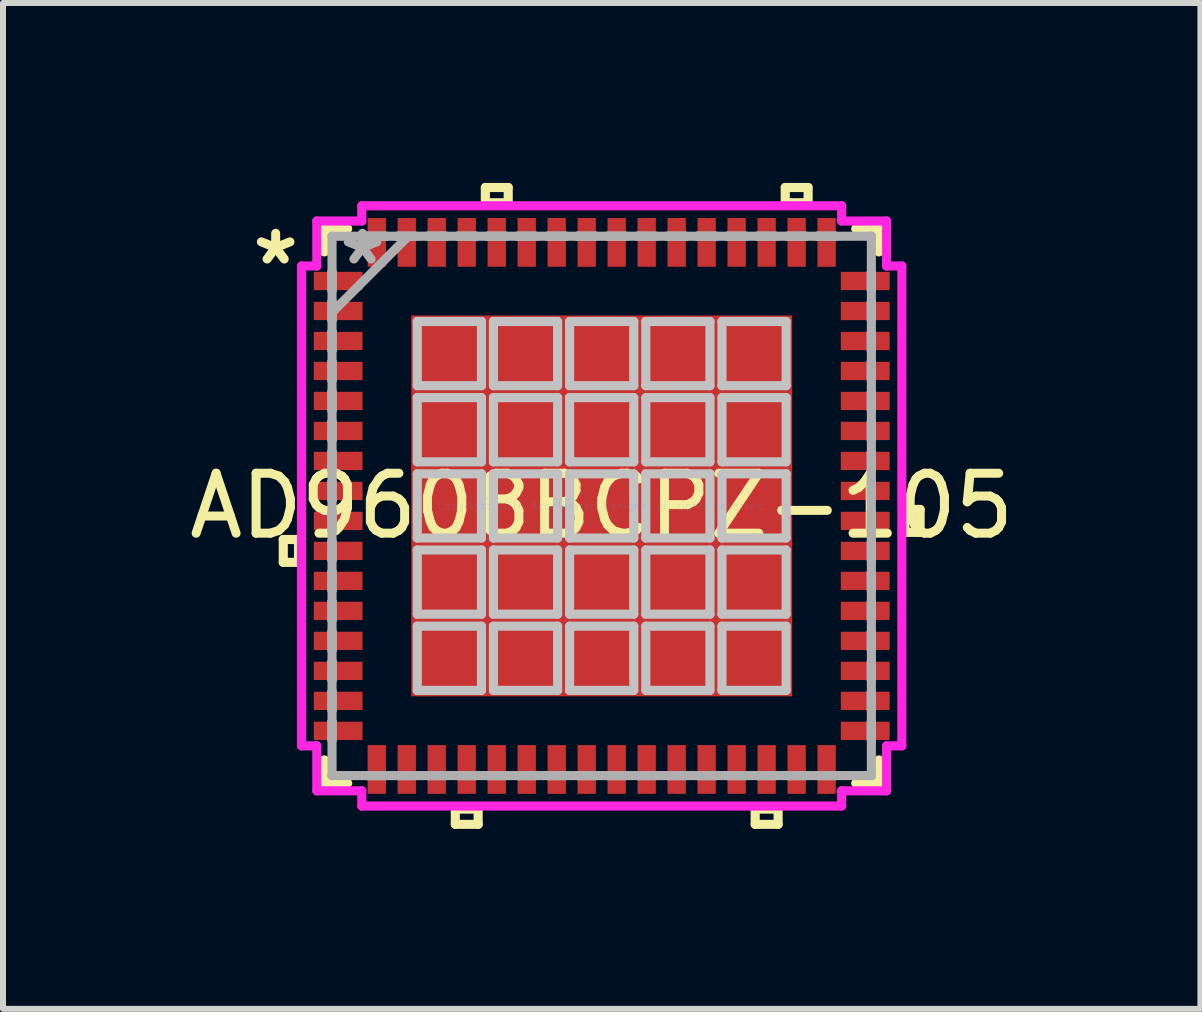
<source format=kicad_pcb>
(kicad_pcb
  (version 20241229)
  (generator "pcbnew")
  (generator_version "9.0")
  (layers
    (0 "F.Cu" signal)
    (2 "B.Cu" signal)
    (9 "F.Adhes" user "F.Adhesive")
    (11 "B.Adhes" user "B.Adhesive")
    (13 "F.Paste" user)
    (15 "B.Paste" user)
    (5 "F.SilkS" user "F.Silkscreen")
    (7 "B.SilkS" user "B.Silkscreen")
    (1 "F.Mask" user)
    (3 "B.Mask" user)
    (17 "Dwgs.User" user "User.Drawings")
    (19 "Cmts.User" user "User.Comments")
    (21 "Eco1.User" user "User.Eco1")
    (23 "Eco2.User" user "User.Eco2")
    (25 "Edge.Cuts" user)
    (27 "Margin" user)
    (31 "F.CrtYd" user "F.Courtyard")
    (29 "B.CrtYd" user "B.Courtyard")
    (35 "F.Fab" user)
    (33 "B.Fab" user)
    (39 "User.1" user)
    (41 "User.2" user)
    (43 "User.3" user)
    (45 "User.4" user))
  (footprint "AD9608BCPZ-105"
    (layer "F.Cu")
    (at 6.982 5.385)
    (property "Reference" "AD9608BCPZ-105" (at 0 0 0) (layer "F.SilkS") (effects (font (size 1 1) (thickness 0.15))))
    (attr through_hole)
    (fp_line (start -5.309 0.56) (end -5.309 0.941) (stroke (width 0.152) (type solid)) (layer "F.SilkS"))
    (fp_line (start -5.309 0.941) (end -5.055 0.941) (stroke (width 0.152) (type solid)) (layer "F.SilkS"))
    (fp_line (start -5.055 0.56) (end -5.309 0.56) (stroke (width 0.152) (type solid)) (layer "F.SilkS"))
    (fp_line (start -5.055 0.941) (end -5.055 0.56) (stroke (width 0.152) (type solid)) (layer "F.SilkS"))
    (fp_line (start -4.623 -4.623) (end -4.623 -4.235) (stroke (width 0.152) (type solid)) (layer "F.SilkS"))
    (fp_line (start -4.623 4.235) (end -4.623 4.623) (stroke (width 0.152) (type solid)) (layer "F.SilkS"))
    (fp_line (start -4.623 4.623) (end -4.235 4.623) (stroke (width 0.152) (type solid)) (layer "F.SilkS"))
    (fp_line (start -4.235 -4.623) (end -4.623 -4.623) (stroke (width 0.152) (type solid)) (layer "F.SilkS"))
    (fp_line (start -2.441 5.055) (end -2.441 5.309) (stroke (width 0.152) (type solid)) (layer "F.SilkS"))
    (fp_line (start -2.441 5.309) (end -2.06 5.309) (stroke (width 0.152) (type solid)) (layer "F.SilkS"))
    (fp_line (start -2.06 5.055) (end -2.441 5.055) (stroke (width 0.152) (type solid)) (layer "F.SilkS"))
    (fp_line (start -2.06 5.309) (end -2.06 5.055) (stroke (width 0.152) (type solid)) (layer "F.SilkS"))
    (fp_line (start -1.94 -5.309) (end -1.559 -5.309) (stroke (width 0.152) (type solid)) (layer "F.SilkS"))
    (fp_line (start -1.94 -5.055) (end -1.94 -5.309) (stroke (width 0.152) (type solid)) (layer "F.SilkS"))
    (fp_line (start -1.559 -5.309) (end -1.559 -5.055) (stroke (width 0.152) (type solid)) (layer "F.SilkS"))
    (fp_line (start -1.559 -5.055) (end -1.94 -5.055) (stroke (width 0.152) (type solid)) (layer "F.SilkS"))
    (fp_line (start 2.559 5.055) (end 2.559 5.309) (stroke (width 0.152) (type solid)) (layer "F.SilkS"))
    (fp_line (start 2.559 5.309) (end 2.941 5.309) (stroke (width 0.152) (type solid)) (layer "F.SilkS"))
    (fp_line (start 2.941 5.055) (end 2.559 5.055) (stroke (width 0.152) (type solid)) (layer "F.SilkS"))
    (fp_line (start 2.941 5.309) (end 2.941 5.055) (stroke (width 0.152) (type solid)) (layer "F.SilkS"))
    (fp_line (start 3.06 -5.309) (end 3.441 -5.309) (stroke (width 0.152) (type solid)) (layer "F.SilkS"))
    (fp_line (start 3.06 -5.055) (end 3.06 -5.309) (stroke (width 0.152) (type solid)) (layer "F.SilkS"))
    (fp_line (start 3.441 -5.309) (end 3.441 -5.055) (stroke (width 0.152) (type solid)) (layer "F.SilkS"))
    (fp_line (start 3.441 -5.055) (end 3.06 -5.055) (stroke (width 0.152) (type solid)) (layer "F.SilkS"))
    (fp_line (start 4.235 4.623) (end 4.623 4.623) (stroke (width 0.152) (type solid)) (layer "F.SilkS"))
    (fp_line (start 4.623 -4.623) (end 4.235 -4.623) (stroke (width 0.152) (type solid)) (layer "F.SilkS"))
    (fp_line (start 4.623 -4.235) (end 4.623 -4.623) (stroke (width 0.152) (type solid)) (layer "F.SilkS"))
    (fp_line (start 4.623 4.623) (end 4.623 4.235) (stroke (width 0.152) (type solid)) (layer "F.SilkS"))
    (fp_line (start 5.055 0.059) (end 5.309 0.059) (stroke (width 0.152) (type solid)) (layer "F.SilkS"))
    (fp_line (start 5.055 0.441) (end 5.055 0.059) (stroke (width 0.152) (type solid)) (layer "F.SilkS"))
    (fp_line (start 5.309 0.059) (end 5.309 0.441) (stroke (width 0.152) (type solid)) (layer "F.SilkS"))
    (fp_line (start 5.309 0.441) (end 5.055 0.441) (stroke (width 0.152) (type solid)) (layer "F.SilkS"))
    (fp_line (start -3.075 -3.075) (end -3.075 -2.005) (stroke (width 0.152) (type solid)) (layer "Dwgs.User"))
    (fp_line (start -3.075 -2.005) (end -2.005 -2.005) (stroke (width 0.152) (type solid)) (layer "Dwgs.User"))
    (fp_line (start -3.075 -1.805) (end -3.075 -0.735) (stroke (width 0.152) (type solid)) (layer "Dwgs.User"))
    (fp_line (start -3.075 -0.735) (end -2.005 -0.735) (stroke (width 0.152) (type solid)) (layer "Dwgs.User"))
    (fp_line (start -3.075 -0.535) (end -3.075 0.535) (stroke (width 0.152) (type solid)) (layer "Dwgs.User"))
    (fp_line (start -3.075 0.535) (end -2.005 0.535) (stroke (width 0.152) (type solid)) (layer "Dwgs.User"))
    (fp_line (start -3.075 0.735) (end -3.075 1.805) (stroke (width 0.152) (type solid)) (layer "Dwgs.User"))
    (fp_line (start -3.075 1.805) (end -2.005 1.805) (stroke (width 0.152) (type solid)) (layer "Dwgs.User"))
    (fp_line (start -3.075 2.005) (end -3.075 3.075) (stroke (width 0.152) (type solid)) (layer "Dwgs.User"))
    (fp_line (start -3.075 3.075) (end -2.005 3.075) (stroke (width 0.152) (type solid)) (layer "Dwgs.User"))
    (fp_line (start -2.005 -3.075) (end -3.075 -3.075) (stroke (width 0.152) (type solid)) (layer "Dwgs.User"))
    (fp_line (start -2.005 -2.005) (end -2.005 -3.075) (stroke (width 0.152) (type solid)) (layer "Dwgs.User"))
    (fp_line (start -2.005 -1.805) (end -3.075 -1.805) (stroke (width 0.152) (type solid)) (layer "Dwgs.User"))
    (fp_line (start -2.005 -0.735) (end -2.005 -1.805) (stroke (width 0.152) (type solid)) (layer "Dwgs.User"))
    (fp_line (start -2.005 -0.535) (end -3.075 -0.535) (stroke (width 0.152) (type solid)) (layer "Dwgs.User"))
    (fp_line (start -2.005 0.535) (end -2.005 -0.535) (stroke (width 0.152) (type solid)) (layer "Dwgs.User"))
    (fp_line (start -2.005 0.735) (end -3.075 0.735) (stroke (width 0.152) (type solid)) (layer "Dwgs.User"))
    (fp_line (start -2.005 1.805) (end -2.005 0.735) (stroke (width 0.152) (type solid)) (layer "Dwgs.User"))
    (fp_line (start -2.005 2.005) (end -3.075 2.005) (stroke (width 0.152) (type solid)) (layer "Dwgs.User"))
    (fp_line (start -2.005 3.075) (end -2.005 2.005) (stroke (width 0.152) (type solid)) (layer "Dwgs.User"))
    (fp_line (start -1.805 -3.075) (end -1.805 -2.005) (stroke (width 0.152) (type solid)) (layer "Dwgs.User"))
    (fp_line (start -1.805 -2.005) (end -0.735 -2.005) (stroke (width 0.152) (type solid)) (layer "Dwgs.User"))
    (fp_line (start -1.805 -1.805) (end -1.805 -0.735) (stroke (width 0.152) (type solid)) (layer "Dwgs.User"))
    (fp_line (start -1.805 -0.735) (end -0.735 -0.735) (stroke (width 0.152) (type solid)) (layer "Dwgs.User"))
    (fp_line (start -1.805 -0.535) (end -1.805 0.535) (stroke (width 0.152) (type solid)) (layer "Dwgs.User"))
    (fp_line (start -1.805 0.535) (end -0.735 0.535) (stroke (width 0.152) (type solid)) (layer "Dwgs.User"))
    (fp_line (start -1.805 0.735) (end -1.805 1.805) (stroke (width 0.152) (type solid)) (layer "Dwgs.User"))
    (fp_line (start -1.805 1.805) (end -0.735 1.805) (stroke (width 0.152) (type solid)) (layer "Dwgs.User"))
    (fp_line (start -1.805 2.005) (end -1.805 3.075) (stroke (width 0.152) (type solid)) (layer "Dwgs.User"))
    (fp_line (start -1.805 3.075) (end -0.735 3.075) (stroke (width 0.152) (type solid)) (layer "Dwgs.User"))
    (fp_line (start -0.735 -3.075) (end -1.805 -3.075) (stroke (width 0.152) (type solid)) (layer "Dwgs.User"))
    (fp_line (start -0.735 -2.005) (end -0.735 -3.075) (stroke (width 0.152) (type solid)) (layer "Dwgs.User"))
    (fp_line (start -0.735 -1.805) (end -1.805 -1.805) (stroke (width 0.152) (type solid)) (layer "Dwgs.User"))
    (fp_line (start -0.735 -0.735) (end -0.735 -1.805) (stroke (width 0.152) (type solid)) (layer "Dwgs.User"))
    (fp_line (start -0.735 -0.535) (end -1.805 -0.535) (stroke (width 0.152) (type solid)) (layer "Dwgs.User"))
    (fp_line (start -0.735 0.535) (end -0.735 -0.535) (stroke (width 0.152) (type solid)) (layer "Dwgs.User"))
    (fp_line (start -0.735 0.735) (end -1.805 0.735) (stroke (width 0.152) (type solid)) (layer "Dwgs.User"))
    (fp_line (start -0.735 1.805) (end -0.735 0.735) (stroke (width 0.152) (type solid)) (layer "Dwgs.User"))
    (fp_line (start -0.735 2.005) (end -1.805 2.005) (stroke (width 0.152) (type solid)) (layer "Dwgs.User"))
    (fp_line (start -0.735 3.075) (end -0.735 2.005) (stroke (width 0.152) (type solid)) (layer "Dwgs.User"))
    (fp_line (start -0.535 -3.075) (end -0.535 -2.005) (stroke (width 0.152) (type solid)) (layer "Dwgs.User"))
    (fp_line (start -0.535 -2.005) (end 0.535 -2.005) (stroke (width 0.152) (type solid)) (layer "Dwgs.User"))
    (fp_line (start -0.535 -1.805) (end -0.535 -0.735) (stroke (width 0.152) (type solid)) (layer "Dwgs.User"))
    (fp_line (start -0.535 -0.735) (end 0.535 -0.735) (stroke (width 0.152) (type solid)) (layer "Dwgs.User"))
    (fp_line (start -0.535 -0.535) (end -0.535 0.535) (stroke (width 0.152) (type solid)) (layer "Dwgs.User"))
    (fp_line (start -0.535 0.535) (end 0.535 0.535) (stroke (width 0.152) (type solid)) (layer "Dwgs.User"))
    (fp_line (start -0.535 0.735) (end -0.535 1.805) (stroke (width 0.152) (type solid)) (layer "Dwgs.User"))
    (fp_line (start -0.535 1.805) (end 0.535 1.805) (stroke (width 0.152) (type solid)) (layer "Dwgs.User"))
    (fp_line (start -0.535 2.005) (end -0.535 3.075) (stroke (width 0.152) (type solid)) (layer "Dwgs.User"))
    (fp_line (start -0.535 3.075) (end 0.535 3.075) (stroke (width 0.152) (type solid)) (layer "Dwgs.User"))
    (fp_line (start 0.535 -3.075) (end -0.535 -3.075) (stroke (width 0.152) (type solid)) (layer "Dwgs.User"))
    (fp_line (start 0.535 -2.005) (end 0.535 -3.075) (stroke (width 0.152) (type solid)) (layer "Dwgs.User"))
    (fp_line (start 0.535 -1.805) (end -0.535 -1.805) (stroke (width 0.152) (type solid)) (layer "Dwgs.User"))
    (fp_line (start 0.535 -0.735) (end 0.535 -1.805) (stroke (width 0.152) (type solid)) (layer "Dwgs.User"))
    (fp_line (start 0.535 -0.535) (end -0.535 -0.535) (stroke (width 0.152) (type solid)) (layer "Dwgs.User"))
    (fp_line (start 0.535 0.535) (end 0.535 -0.535) (stroke (width 0.152) (type solid)) (layer "Dwgs.User"))
    (fp_line (start 0.535 0.735) (end -0.535 0.735) (stroke (width 0.152) (type solid)) (layer "Dwgs.User"))
    (fp_line (start 0.535 1.805) (end 0.535 0.735) (stroke (width 0.152) (type solid)) (layer "Dwgs.User"))
    (fp_line (start 0.535 2.005) (end -0.535 2.005) (stroke (width 0.152) (type solid)) (layer "Dwgs.User"))
    (fp_line (start 0.535 3.075) (end 0.535 2.005) (stroke (width 0.152) (type solid)) (layer "Dwgs.User"))
    (fp_line (start 0.735 -3.075) (end 0.735 -2.005) (stroke (width 0.152) (type solid)) (layer "Dwgs.User"))
    (fp_line (start 0.735 -2.005) (end 1.805 -2.005) (stroke (width 0.152) (type solid)) (layer "Dwgs.User"))
    (fp_line (start 0.735 -1.805) (end 0.735 -0.735) (stroke (width 0.152) (type solid)) (layer "Dwgs.User"))
    (fp_line (start 0.735 -0.735) (end 1.805 -0.735) (stroke (width 0.152) (type solid)) (layer "Dwgs.User"))
    (fp_line (start 0.735 -0.535) (end 0.735 0.535) (stroke (width 0.152) (type solid)) (layer "Dwgs.User"))
    (fp_line (start 0.735 0.535) (end 1.805 0.535) (stroke (width 0.152) (type solid)) (layer "Dwgs.User"))
    (fp_line (start 0.735 0.735) (end 0.735 1.805) (stroke (width 0.152) (type solid)) (layer "Dwgs.User"))
    (fp_line (start 0.735 1.805) (end 1.805 1.805) (stroke (width 0.152) (type solid)) (layer "Dwgs.User"))
    (fp_line (start 0.735 2.005) (end 0.735 3.075) (stroke (width 0.152) (type solid)) (layer "Dwgs.User"))
    (fp_line (start 0.735 3.075) (end 1.805 3.075) (stroke (width 0.152) (type solid)) (layer "Dwgs.User"))
    (fp_line (start 1.805 -3.075) (end 0.735 -3.075) (stroke (width 0.152) (type solid)) (layer "Dwgs.User"))
    (fp_line (start 1.805 -2.005) (end 1.805 -3.075) (stroke (width 0.152) (type solid)) (layer "Dwgs.User"))
    (fp_line (start 1.805 -1.805) (end 0.735 -1.805) (stroke (width 0.152) (type solid)) (layer "Dwgs.User"))
    (fp_line (start 1.805 -0.735) (end 1.805 -1.805) (stroke (width 0.152) (type solid)) (layer "Dwgs.User"))
    (fp_line (start 1.805 -0.535) (end 0.735 -0.535) (stroke (width 0.152) (type solid)) (layer "Dwgs.User"))
    (fp_line (start 1.805 0.535) (end 1.805 -0.535) (stroke (width 0.152) (type solid)) (layer "Dwgs.User"))
    (fp_line (start 1.805 0.735) (end 0.735 0.735) (stroke (width 0.152) (type solid)) (layer "Dwgs.User"))
    (fp_line (start 1.805 1.805) (end 1.805 0.735) (stroke (width 0.152) (type solid)) (layer "Dwgs.User"))
    (fp_line (start 1.805 2.005) (end 0.735 2.005) (stroke (width 0.152) (type solid)) (layer "Dwgs.User"))
    (fp_line (start 1.805 3.075) (end 1.805 2.005) (stroke (width 0.152) (type solid)) (layer "Dwgs.User"))
    (fp_line (start 2.005 -3.075) (end 2.005 -2.005) (stroke (width 0.152) (type solid)) (layer "Dwgs.User"))
    (fp_line (start 2.005 -2.005) (end 3.075 -2.005) (stroke (width 0.152) (type solid)) (layer "Dwgs.User"))
    (fp_line (start 2.005 -1.805) (end 2.005 -0.735) (stroke (width 0.152) (type solid)) (layer "Dwgs.User"))
    (fp_line (start 2.005 -0.735) (end 3.075 -0.735) (stroke (width 0.152) (type solid)) (layer "Dwgs.User"))
    (fp_line (start 2.005 -0.535) (end 2.005 0.535) (stroke (width 0.152) (type solid)) (layer "Dwgs.User"))
    (fp_line (start 2.005 0.535) (end 3.075 0.535) (stroke (width 0.152) (type solid)) (layer "Dwgs.User"))
    (fp_line (start 2.005 0.735) (end 2.005 1.805) (stroke (width 0.152) (type solid)) (layer "Dwgs.User"))
    (fp_line (start 2.005 1.805) (end 3.075 1.805) (stroke (width 0.152) (type solid)) (layer "Dwgs.User"))
    (fp_line (start 2.005 2.005) (end 2.005 3.075) (stroke (width 0.152) (type solid)) (layer "Dwgs.User"))
    (fp_line (start 2.005 3.075) (end 3.075 3.075) (stroke (width 0.152) (type solid)) (layer "Dwgs.User"))
    (fp_line (start 3.075 -3.075) (end 2.005 -3.075) (stroke (width 0.152) (type solid)) (layer "Dwgs.User"))
    (fp_line (start 3.075 -2.005) (end 3.075 -3.075) (stroke (width 0.152) (type solid)) (layer "Dwgs.User"))
    (fp_line (start 3.075 -1.805) (end 2.005 -1.805) (stroke (width 0.152) (type solid)) (layer "Dwgs.User"))
    (fp_line (start 3.075 -0.735) (end 3.075 -1.805) (stroke (width 0.152) (type solid)) (layer "Dwgs.User"))
    (fp_line (start 3.075 -0.535) (end 2.005 -0.535) (stroke (width 0.152) (type solid)) (layer "Dwgs.User"))
    (fp_line (start 3.075 0.535) (end 3.075 -0.535) (stroke (width 0.152) (type solid)) (layer "Dwgs.User"))
    (fp_line (start 3.075 0.735) (end 2.005 0.735) (stroke (width 0.152) (type solid)) (layer "Dwgs.User"))
    (fp_line (start 3.075 1.805) (end 3.075 0.735) (stroke (width 0.152) (type solid)) (layer "Dwgs.User"))
    (fp_line (start 3.075 2.005) (end 2.005 2.005) (stroke (width 0.152) (type solid)) (layer "Dwgs.User"))
    (fp_line (start 3.075 3.075) (end 3.075 2.005) (stroke (width 0.152) (type solid)) (layer "Dwgs.User"))
    (fp_line (start -5.004 -4) (end -4.75 -4) (stroke (width 0.152) (type solid)) (layer "F.CrtYd"))
    (fp_line (start -5.004 4) (end -5.004 -4) (stroke (width 0.152) (type solid)) (layer "F.CrtYd"))
    (fp_line (start -4.75 -4.75) (end -4 -4.75) (stroke (width 0.152) (type solid)) (layer "F.CrtYd"))
    (fp_line (start -4.75 -4) (end -4.75 -4.75) (stroke (width 0.152) (type solid)) (layer "F.CrtYd"))
    (fp_line (start -4.75 4) (end -5.004 4) (stroke (width 0.152) (type solid)) (layer "F.CrtYd"))
    (fp_line (start -4.75 4.75) (end -4.75 4) (stroke (width 0.152) (type solid)) (layer "F.CrtYd"))
    (fp_line (start -4 -5.004) (end 4 -5.004) (stroke (width 0.152) (type solid)) (layer "F.CrtYd"))
    (fp_line (start -4 -4.75) (end -4 -5.004) (stroke (width 0.152) (type solid)) (layer "F.CrtYd"))
    (fp_line (start -4 4.75) (end -4.75 4.75) (stroke (width 0.152) (type solid)) (layer "F.CrtYd"))
    (fp_line (start -4 5.004) (end -4 4.75) (stroke (width 0.152) (type solid)) (layer "F.CrtYd"))
    (fp_line (start 4 -5.004) (end 4 -4.75) (stroke (width 0.152) (type solid)) (layer "F.CrtYd"))
    (fp_line (start 4 -4.75) (end 4.75 -4.75) (stroke (width 0.152) (type solid)) (layer "F.CrtYd"))
    (fp_line (start 4 4.75) (end 4 5.004) (stroke (width 0.152) (type solid)) (layer "F.CrtYd"))
    (fp_line (start 4 5.004) (end -4 5.004) (stroke (width 0.152) (type solid)) (layer "F.CrtYd"))
    (fp_line (start 4.75 -4.75) (end 4.75 -4) (stroke (width 0.152) (type solid)) (layer "F.CrtYd"))
    (fp_line (start 4.75 -4) (end 5.004 -4) (stroke (width 0.152) (type solid)) (layer "F.CrtYd"))
    (fp_line (start 4.75 4) (end 4.75 4.75) (stroke (width 0.152) (type solid)) (layer "F.CrtYd"))
    (fp_line (start 4.75 4.75) (end 4 4.75) (stroke (width 0.152) (type solid)) (layer "F.CrtYd"))
    (fp_line (start 5.004 -4) (end 5.004 4) (stroke (width 0.152) (type solid)) (layer "F.CrtYd"))
    (fp_line (start 5.004 4) (end 4.75 4) (stroke (width 0.152) (type solid)) (layer "F.CrtYd"))
    (fp_line (start -4.496 -4.496) (end -4.496 -4.496) (stroke (width 0.152) (type solid)) (layer "F.Fab"))
    (fp_line (start -4.496 -4.496) (end -4.496 4.496) (stroke (width 0.152) (type solid)) (layer "F.Fab"))
    (fp_line (start -4.496 -3.902) (end -4.496 -3.902) (stroke (width 0.152) (type solid)) (layer "F.Fab"))
    (fp_line (start -4.496 -3.902) (end -4.496 -3.598) (stroke (width 0.152) (type solid)) (layer "F.Fab"))
    (fp_line (start -4.496 -3.598) (end -4.496 -3.902) (stroke (width 0.152) (type solid)) (layer "F.Fab"))
    (fp_line (start -4.496 -3.598) (end -4.496 -3.598) (stroke (width 0.152) (type solid)) (layer "F.Fab"))
    (fp_line (start -4.496 -3.402) (end -4.496 -3.402) (stroke (width 0.152) (type solid)) (layer "F.Fab"))
    (fp_line (start -4.496 -3.402) (end -4.496 -3.098) (stroke (width 0.152) (type solid)) (layer "F.Fab"))
    (fp_line (start -4.496 -3.226) (end -3.226 -4.496) (stroke (width 0.152) (type solid)) (layer "F.Fab"))
    (fp_line (start -4.496 -3.098) (end -4.496 -3.402) (stroke (width 0.152) (type solid)) (layer "F.Fab"))
    (fp_line (start -4.496 -3.098) (end -4.496 -3.098) (stroke (width 0.152) (type solid)) (layer "F.Fab"))
    (fp_line (start -4.496 -2.902) (end -4.496 -2.902) (stroke (width 0.152) (type solid)) (layer "F.Fab"))
    (fp_line (start -4.496 -2.902) (end -4.496 -2.598) (stroke (width 0.152) (type solid)) (layer "F.Fab"))
    (fp_line (start -4.496 -2.598) (end -4.496 -2.902) (stroke (width 0.152) (type solid)) (layer "F.Fab"))
    (fp_line (start -4.496 -2.598) (end -4.496 -2.598) (stroke (width 0.152) (type solid)) (layer "F.Fab"))
    (fp_line (start -4.496 -2.402) (end -4.496 -2.402) (stroke (width 0.152) (type solid)) (layer "F.Fab"))
    (fp_line (start -4.496 -2.402) (end -4.496 -2.098) (stroke (width 0.152) (type solid)) (layer "F.Fab"))
    (fp_line (start -4.496 -2.098) (end -4.496 -2.402) (stroke (width 0.152) (type solid)) (layer "F.Fab"))
    (fp_line (start -4.496 -2.098) (end -4.496 -2.098) (stroke (width 0.152) (type solid)) (layer "F.Fab"))
    (fp_line (start -4.496 -1.902) (end -4.496 -1.902) (stroke (width 0.152) (type solid)) (layer "F.Fab"))
    (fp_line (start -4.496 -1.902) (end -4.496 -1.598) (stroke (width 0.152) (type solid)) (layer "F.Fab"))
    (fp_line (start -4.496 -1.598) (end -4.496 -1.902) (stroke (width 0.152) (type solid)) (layer "F.Fab"))
    (fp_line (start -4.496 -1.598) (end -4.496 -1.598) (stroke (width 0.152) (type solid)) (layer "F.Fab"))
    (fp_line (start -4.496 -1.402) (end -4.496 -1.402) (stroke (width 0.152) (type solid)) (layer "F.Fab"))
    (fp_line (start -4.496 -1.402) (end -4.496 -1.098) (stroke (width 0.152) (type solid)) (layer "F.Fab"))
    (fp_line (start -4.496 -1.098) (end -4.496 -1.402) (stroke (width 0.152) (type solid)) (layer "F.Fab"))
    (fp_line (start -4.496 -1.098) (end -4.496 -1.098) (stroke (width 0.152) (type solid)) (layer "F.Fab"))
    (fp_line (start -4.496 -0.902) (end -4.496 -0.902) (stroke (width 0.152) (type solid)) (layer "F.Fab"))
    (fp_line (start -4.496 -0.902) (end -4.496 -0.598) (stroke (width 0.152) (type solid)) (layer "F.Fab"))
    (fp_line (start -4.496 -0.598) (end -4.496 -0.902) (stroke (width 0.152) (type solid)) (layer "F.Fab"))
    (fp_line (start -4.496 -0.598) (end -4.496 -0.598) (stroke (width 0.152) (type solid)) (layer "F.Fab"))
    (fp_line (start -4.496 -0.402) (end -4.496 -0.402) (stroke (width 0.152) (type solid)) (layer "F.Fab"))
    (fp_line (start -4.496 -0.402) (end -4.496 -0.098) (stroke (width 0.152) (type solid)) (layer "F.Fab"))
    (fp_line (start -4.496 -0.098) (end -4.496 -0.402) (stroke (width 0.152) (type solid)) (layer "F.Fab"))
    (fp_line (start -4.496 -0.098) (end -4.496 -0.098) (stroke (width 0.152) (type solid)) (layer "F.Fab"))
    (fp_line (start -4.496 0.098) (end -4.496 0.098) (stroke (width 0.152) (type solid)) (layer "F.Fab"))
    (fp_line (start -4.496 0.098) (end -4.496 0.402) (stroke (width 0.152) (type solid)) (layer "F.Fab"))
    (fp_line (start -4.496 0.402) (end -4.496 0.098) (stroke (width 0.152) (type solid)) (layer "F.Fab"))
    (fp_line (start -4.496 0.402) (end -4.496 0.402) (stroke (width 0.152) (type solid)) (layer "F.Fab"))
    (fp_line (start -4.496 0.598) (end -4.496 0.598) (stroke (width 0.152) (type solid)) (layer "F.Fab"))
    (fp_line (start -4.496 0.598) (end -4.496 0.902) (stroke (width 0.152) (type solid)) (layer "F.Fab"))
    (fp_line (start -4.496 0.902) (end -4.496 0.598) (stroke (width 0.152) (type solid)) (layer "F.Fab"))
    (fp_line (start -4.496 0.902) (end -4.496 0.902) (stroke (width 0.152) (type solid)) (layer "F.Fab"))
    (fp_line (start -4.496 1.098) (end -4.496 1.098) (stroke (width 0.152) (type solid)) (layer "F.Fab"))
    (fp_line (start -4.496 1.098) (end -4.496 1.402) (stroke (width 0.152) (type solid)) (layer "F.Fab"))
    (fp_line (start -4.496 1.402) (end -4.496 1.098) (stroke (width 0.152) (type solid)) (layer "F.Fab"))
    (fp_line (start -4.496 1.402) (end -4.496 1.402) (stroke (width 0.152) (type solid)) (layer "F.Fab"))
    (fp_line (start -4.496 1.598) (end -4.496 1.598) (stroke (width 0.152) (type solid)) (layer "F.Fab"))
    (fp_line (start -4.496 1.598) (end -4.496 1.902) (stroke (width 0.152) (type solid)) (layer "F.Fab"))
    (fp_line (start -4.496 1.902) (end -4.496 1.598) (stroke (width 0.152) (type solid)) (layer "F.Fab"))
    (fp_line (start -4.496 1.902) (end -4.496 1.902) (stroke (width 0.152) (type solid)) (layer "F.Fab"))
    (fp_line (start -4.496 2.098) (end -4.496 2.098) (stroke (width 0.152) (type solid)) (layer "F.Fab"))
    (fp_line (start -4.496 2.098) (end -4.496 2.402) (stroke (width 0.152) (type solid)) (layer "F.Fab"))
    (fp_line (start -4.496 2.402) (end -4.496 2.098) (stroke (width 0.152) (type solid)) (layer "F.Fab"))
    (fp_line (start -4.496 2.402) (end -4.496 2.402) (stroke (width 0.152) (type solid)) (layer "F.Fab"))
    (fp_line (start -4.496 2.598) (end -4.496 2.598) (stroke (width 0.152) (type solid)) (layer "F.Fab"))
    (fp_line (start -4.496 2.598) (end -4.496 2.902) (stroke (width 0.152) (type solid)) (layer "F.Fab"))
    (fp_line (start -4.496 2.902) (end -4.496 2.598) (stroke (width 0.152) (type solid)) (layer "F.Fab"))
    (fp_line (start -4.496 2.902) (end -4.496 2.902) (stroke (width 0.152) (type solid)) (layer "F.Fab"))
    (fp_line (start -4.496 3.098) (end -4.496 3.098) (stroke (width 0.152) (type solid)) (layer "F.Fab"))
    (fp_line (start -4.496 3.098) (end -4.496 3.402) (stroke (width 0.152) (type solid)) (layer "F.Fab"))
    (fp_line (start -4.496 3.402) (end -4.496 3.098) (stroke (width 0.152) (type solid)) (layer "F.Fab"))
    (fp_line (start -4.496 3.402) (end -4.496 3.402) (stroke (width 0.152) (type solid)) (layer "F.Fab"))
    (fp_line (start -4.496 3.598) (end -4.496 3.598) (stroke (width 0.152) (type solid)) (layer "F.Fab"))
    (fp_line (start -4.496 3.598) (end -4.496 3.902) (stroke (width 0.152) (type solid)) (layer "F.Fab"))
    (fp_line (start -4.496 3.902) (end -4.496 3.598) (stroke (width 0.152) (type solid)) (layer "F.Fab"))
    (fp_line (start -4.496 3.902) (end -4.496 3.902) (stroke (width 0.152) (type solid)) (layer "F.Fab"))
    (fp_line (start -4.496 4.496) (end -4.496 4.496) (stroke (width 0.152) (type solid)) (layer "F.Fab"))
    (fp_line (start -4.496 4.496) (end 4.496 4.496) (stroke (width 0.152) (type solid)) (layer "F.Fab"))
    (fp_line (start -3.902 -4.496) (end -3.902 -4.496) (stroke (width 0.152) (type solid)) (layer "F.Fab"))
    (fp_line (start -3.902 -4.496) (end -3.598 -4.496) (stroke (width 0.152) (type solid)) (layer "F.Fab"))
    (fp_line (start -3.902 4.496) (end -3.902 4.496) (stroke (width 0.152) (type solid)) (layer "F.Fab"))
    (fp_line (start -3.902 4.496) (end -3.598 4.496) (stroke (width 0.152) (type solid)) (layer "F.Fab"))
    (fp_line (start -3.598 -4.496) (end -3.902 -4.496) (stroke (width 0.152) (type solid)) (layer "F.Fab"))
    (fp_line (start -3.598 -4.496) (end -3.598 -4.496) (stroke (width 0.152) (type solid)) (layer "F.Fab"))
    (fp_line (start -3.598 4.496) (end -3.902 4.496) (stroke (width 0.152) (type solid)) (layer "F.Fab"))
    (fp_line (start -3.598 4.496) (end -3.598 4.496) (stroke (width 0.152) (type solid)) (layer "F.Fab"))
    (fp_line (start -3.402 -4.496) (end -3.402 -4.496) (stroke (width 0.152) (type solid)) (layer "F.Fab"))
    (fp_line (start -3.402 -4.496) (end -3.098 -4.496) (stroke (width 0.152) (type solid)) (layer "F.Fab"))
    (fp_line (start -3.402 4.496) (end -3.402 4.496) (stroke (width 0.152) (type solid)) (layer "F.Fab"))
    (fp_line (start -3.402 4.496) (end -3.098 4.496) (stroke (width 0.152) (type solid)) (layer "F.Fab"))
    (fp_line (start -3.098 -4.496) (end -3.402 -4.496) (stroke (width 0.152) (type solid)) (layer "F.Fab"))
    (fp_line (start -3.098 -4.496) (end -3.098 -4.496) (stroke (width 0.152) (type solid)) (layer "F.Fab"))
    (fp_line (start -3.098 4.496) (end -3.402 4.496) (stroke (width 0.152) (type solid)) (layer "F.Fab"))
    (fp_line (start -3.098 4.496) (end -3.098 4.496) (stroke (width 0.152) (type solid)) (layer "F.Fab"))
    (fp_line (start -2.902 -4.496) (end -2.902 -4.496) (stroke (width 0.152) (type solid)) (layer "F.Fab"))
    (fp_line (start -2.902 -4.496) (end -2.598 -4.496) (stroke (width 0.152) (type solid)) (layer "F.Fab"))
    (fp_line (start -2.902 4.496) (end -2.902 4.496) (stroke (width 0.152) (type solid)) (layer "F.Fab"))
    (fp_line (start -2.902 4.496) (end -2.598 4.496) (stroke (width 0.152) (type solid)) (layer "F.Fab"))
    (fp_line (start -2.598 -4.496) (end -2.902 -4.496) (stroke (width 0.152) (type solid)) (layer "F.Fab"))
    (fp_line (start -2.598 -4.496) (end -2.598 -4.496) (stroke (width 0.152) (type solid)) (layer "F.Fab"))
    (fp_line (start -2.598 4.496) (end -2.902 4.496) (stroke (width 0.152) (type solid)) (layer "F.Fab"))
    (fp_line (start -2.598 4.496) (end -2.598 4.496) (stroke (width 0.152) (type solid)) (layer "F.Fab"))
    (fp_line (start -2.402 -4.496) (end -2.402 -4.496) (stroke (width 0.152) (type solid)) (layer "F.Fab"))
    (fp_line (start -2.402 -4.496) (end -2.098 -4.496) (stroke (width 0.152) (type solid)) (layer "F.Fab"))
    (fp_line (start -2.402 4.496) (end -2.402 4.496) (stroke (width 0.152) (type solid)) (layer "F.Fab"))
    (fp_line (start -2.402 4.496) (end -2.098 4.496) (stroke (width 0.152) (type solid)) (layer "F.Fab"))
    (fp_line (start -2.098 -4.496) (end -2.402 -4.496) (stroke (width 0.152) (type solid)) (layer "F.Fab"))
    (fp_line (start -2.098 -4.496) (end -2.098 -4.496) (stroke (width 0.152) (type solid)) (layer "F.Fab"))
    (fp_line (start -2.098 4.496) (end -2.402 4.496) (stroke (width 0.152) (type solid)) (layer "F.Fab"))
    (fp_line (start -2.098 4.496) (end -2.098 4.496) (stroke (width 0.152) (type solid)) (layer "F.Fab"))
    (fp_line (start -1.902 -4.496) (end -1.902 -4.496) (stroke (width 0.152) (type solid)) (layer "F.Fab"))
    (fp_line (start -1.902 -4.496) (end -1.598 -4.496) (stroke (width 0.152) (type solid)) (layer "F.Fab"))
    (fp_line (start -1.902 4.496) (end -1.902 4.496) (stroke (width 0.152) (type solid)) (layer "F.Fab"))
    (fp_line (start -1.902 4.496) (end -1.598 4.496) (stroke (width 0.152) (type solid)) (layer "F.Fab"))
    (fp_line (start -1.598 -4.496) (end -1.902 -4.496) (stroke (width 0.152) (type solid)) (layer "F.Fab"))
    (fp_line (start -1.598 -4.496) (end -1.598 -4.496) (stroke (width 0.152) (type solid)) (layer "F.Fab"))
    (fp_line (start -1.598 4.496) (end -1.902 4.496) (stroke (width 0.152) (type solid)) (layer "F.Fab"))
    (fp_line (start -1.598 4.496) (end -1.598 4.496) (stroke (width 0.152) (type solid)) (layer "F.Fab"))
    (fp_line (start -1.402 -4.496) (end -1.402 -4.496) (stroke (width 0.152) (type solid)) (layer "F.Fab"))
    (fp_line (start -1.402 -4.496) (end -1.098 -4.496) (stroke (width 0.152) (type solid)) (layer "F.Fab"))
    (fp_line (start -1.402 4.496) (end -1.402 4.496) (stroke (width 0.152) (type solid)) (layer "F.Fab"))
    (fp_line (start -1.402 4.496) (end -1.098 4.496) (stroke (width 0.152) (type solid)) (layer "F.Fab"))
    (fp_line (start -1.098 -4.496) (end -1.402 -4.496) (stroke (width 0.152) (type solid)) (layer "F.Fab"))
    (fp_line (start -1.098 -4.496) (end -1.098 -4.496) (stroke (width 0.152) (type solid)) (layer "F.Fab"))
    (fp_line (start -1.098 4.496) (end -1.402 4.496) (stroke (width 0.152) (type solid)) (layer "F.Fab"))
    (fp_line (start -1.098 4.496) (end -1.098 4.496) (stroke (width 0.152) (type solid)) (layer "F.Fab"))
    (fp_line (start -0.902 -4.496) (end -0.902 -4.496) (stroke (width 0.152) (type solid)) (layer "F.Fab"))
    (fp_line (start -0.902 -4.496) (end -0.598 -4.496) (stroke (width 0.152) (type solid)) (layer "F.Fab"))
    (fp_line (start -0.902 4.496) (end -0.902 4.496) (stroke (width 0.152) (type solid)) (layer "F.Fab"))
    (fp_line (start -0.902 4.496) (end -0.598 4.496) (stroke (width 0.152) (type solid)) (layer "F.Fab"))
    (fp_line (start -0.598 -4.496) (end -0.902 -4.496) (stroke (width 0.152) (type solid)) (layer "F.Fab"))
    (fp_line (start -0.598 -4.496) (end -0.598 -4.496) (stroke (width 0.152) (type solid)) (layer "F.Fab"))
    (fp_line (start -0.598 4.496) (end -0.902 4.496) (stroke (width 0.152) (type solid)) (layer "F.Fab"))
    (fp_line (start -0.598 4.496) (end -0.598 4.496) (stroke (width 0.152) (type solid)) (layer "F.Fab"))
    (fp_line (start -0.402 -4.496) (end -0.402 -4.496) (stroke (width 0.152) (type solid)) (layer "F.Fab"))
    (fp_line (start -0.402 -4.496) (end -0.098 -4.496) (stroke (width 0.152) (type solid)) (layer "F.Fab"))
    (fp_line (start -0.402 4.496) (end -0.402 4.496) (stroke (width 0.152) (type solid)) (layer "F.Fab"))
    (fp_line (start -0.402 4.496) (end -0.098 4.496) (stroke (width 0.152) (type solid)) (layer "F.Fab"))
    (fp_line (start -0.098 -4.496) (end -0.402 -4.496) (stroke (width 0.152) (type solid)) (layer "F.Fab"))
    (fp_line (start -0.098 -4.496) (end -0.098 -4.496) (stroke (width 0.152) (type solid)) (layer "F.Fab"))
    (fp_line (start -0.098 4.496) (end -0.402 4.496) (stroke (width 0.152) (type solid)) (layer "F.Fab"))
    (fp_line (start -0.098 4.496) (end -0.098 4.496) (stroke (width 0.152) (type solid)) (layer "F.Fab"))
    (fp_line (start 0.098 -4.496) (end 0.098 -4.496) (stroke (width 0.152) (type solid)) (layer "F.Fab"))
    (fp_line (start 0.098 -4.496) (end 0.402 -4.496) (stroke (width 0.152) (type solid)) (layer "F.Fab"))
    (fp_line (start 0.098 4.496) (end 0.098 4.496) (stroke (width 0.152) (type solid)) (layer "F.Fab"))
    (fp_line (start 0.098 4.496) (end 0.402 4.496) (stroke (width 0.152) (type solid)) (layer "F.Fab"))
    (fp_line (start 0.402 -4.496) (end 0.098 -4.496) (stroke (width 0.152) (type solid)) (layer "F.Fab"))
    (fp_line (start 0.402 -4.496) (end 0.402 -4.496) (stroke (width 0.152) (type solid)) (layer "F.Fab"))
    (fp_line (start 0.402 4.496) (end 0.098 4.496) (stroke (width 0.152) (type solid)) (layer "F.Fab"))
    (fp_line (start 0.402 4.496) (end 0.402 4.496) (stroke (width 0.152) (type solid)) (layer "F.Fab"))
    (fp_line (start 0.598 -4.496) (end 0.598 -4.496) (stroke (width 0.152) (type solid)) (layer "F.Fab"))
    (fp_line (start 0.598 -4.496) (end 0.902 -4.496) (stroke (width 0.152) (type solid)) (layer "F.Fab"))
    (fp_line (start 0.598 4.496) (end 0.598 4.496) (stroke (width 0.152) (type solid)) (layer "F.Fab"))
    (fp_line (start 0.598 4.496) (end 0.902 4.496) (stroke (width 0.152) (type solid)) (layer "F.Fab"))
    (fp_line (start 0.902 -4.496) (end 0.598 -4.496) (stroke (width 0.152) (type solid)) (layer "F.Fab"))
    (fp_line (start 0.902 -4.496) (end 0.902 -4.496) (stroke (width 0.152) (type solid)) (layer "F.Fab"))
    (fp_line (start 0.902 4.496) (end 0.598 4.496) (stroke (width 0.152) (type solid)) (layer "F.Fab"))
    (fp_line (start 0.902 4.496) (end 0.902 4.496) (stroke (width 0.152) (type solid)) (layer "F.Fab"))
    (fp_line (start 1.098 -4.496) (end 1.098 -4.496) (stroke (width 0.152) (type solid)) (layer "F.Fab"))
    (fp_line (start 1.098 -4.496) (end 1.402 -4.496) (stroke (width 0.152) (type solid)) (layer "F.Fab"))
    (fp_line (start 1.098 4.496) (end 1.098 4.496) (stroke (width 0.152) (type solid)) (layer "F.Fab"))
    (fp_line (start 1.098 4.496) (end 1.402 4.496) (stroke (width 0.152) (type solid)) (layer "F.Fab"))
    (fp_line (start 1.402 -4.496) (end 1.098 -4.496) (stroke (width 0.152) (type solid)) (layer "F.Fab"))
    (fp_line (start 1.402 -4.496) (end 1.402 -4.496) (stroke (width 0.152) (type solid)) (layer "F.Fab"))
    (fp_line (start 1.402 4.496) (end 1.098 4.496) (stroke (width 0.152) (type solid)) (layer "F.Fab"))
    (fp_line (start 1.402 4.496) (end 1.402 4.496) (stroke (width 0.152) (type solid)) (layer "F.Fab"))
    (fp_line (start 1.598 -4.496) (end 1.598 -4.496) (stroke (width 0.152) (type solid)) (layer "F.Fab"))
    (fp_line (start 1.598 -4.496) (end 1.902 -4.496) (stroke (width 0.152) (type solid)) (layer "F.Fab"))
    (fp_line (start 1.598 4.496) (end 1.598 4.496) (stroke (width 0.152) (type solid)) (layer "F.Fab"))
    (fp_line (start 1.598 4.496) (end 1.902 4.496) (stroke (width 0.152) (type solid)) (layer "F.Fab"))
    (fp_line (start 1.902 -4.496) (end 1.598 -4.496) (stroke (width 0.152) (type solid)) (layer "F.Fab"))
    (fp_line (start 1.902 -4.496) (end 1.902 -4.496) (stroke (width 0.152) (type solid)) (layer "F.Fab"))
    (fp_line (start 1.902 4.496) (end 1.598 4.496) (stroke (width 0.152) (type solid)) (layer "F.Fab"))
    (fp_line (start 1.902 4.496) (end 1.902 4.496) (stroke (width 0.152) (type solid)) (layer "F.Fab"))
    (fp_line (start 2.098 -4.496) (end 2.098 -4.496) (stroke (width 0.152) (type solid)) (layer "F.Fab"))
    (fp_line (start 2.098 -4.496) (end 2.402 -4.496) (stroke (width 0.152) (type solid)) (layer "F.Fab"))
    (fp_line (start 2.098 4.496) (end 2.098 4.496) (stroke (width 0.152) (type solid)) (layer "F.Fab"))
    (fp_line (start 2.098 4.496) (end 2.402 4.496) (stroke (width 0.152) (type solid)) (layer "F.Fab"))
    (fp_line (start 2.402 -4.496) (end 2.098 -4.496) (stroke (width 0.152) (type solid)) (layer "F.Fab"))
    (fp_line (start 2.402 -4.496) (end 2.402 -4.496) (stroke (width 0.152) (type solid)) (layer "F.Fab"))
    (fp_line (start 2.402 4.496) (end 2.098 4.496) (stroke (width 0.152) (type solid)) (layer "F.Fab"))
    (fp_line (start 2.402 4.496) (end 2.402 4.496) (stroke (width 0.152) (type solid)) (layer "F.Fab"))
    (fp_line (start 2.598 -4.496) (end 2.598 -4.496) (stroke (width 0.152) (type solid)) (layer "F.Fab"))
    (fp_line (start 2.598 -4.496) (end 2.902 -4.496) (stroke (width 0.152) (type solid)) (layer "F.Fab"))
    (fp_line (start 2.598 4.496) (end 2.598 4.496) (stroke (width 0.152) (type solid)) (layer "F.Fab"))
    (fp_line (start 2.598 4.496) (end 2.902 4.496) (stroke (width 0.152) (type solid)) (layer "F.Fab"))
    (fp_line (start 2.902 -4.496) (end 2.598 -4.496) (stroke (width 0.152) (type solid)) (layer "F.Fab"))
    (fp_line (start 2.902 -4.496) (end 2.902 -4.496) (stroke (width 0.152) (type solid)) (layer "F.Fab"))
    (fp_line (start 2.902 4.496) (end 2.598 4.496) (stroke (width 0.152) (type solid)) (layer "F.Fab"))
    (fp_line (start 2.902 4.496) (end 2.902 4.496) (stroke (width 0.152) (type solid)) (layer "F.Fab"))
    (fp_line (start 3.098 -4.496) (end 3.098 -4.496) (stroke (width 0.152) (type solid)) (layer "F.Fab"))
    (fp_line (start 3.098 -4.496) (end 3.402 -4.496) (stroke (width 0.152) (type solid)) (layer "F.Fab"))
    (fp_line (start 3.098 4.496) (end 3.098 4.496) (stroke (width 0.152) (type solid)) (layer "F.Fab"))
    (fp_line (start 3.098 4.496) (end 3.402 4.496) (stroke (width 0.152) (type solid)) (layer "F.Fab"))
    (fp_line (start 3.402 -4.496) (end 3.098 -4.496) (stroke (width 0.152) (type solid)) (layer "F.Fab"))
    (fp_line (start 3.402 -4.496) (end 3.402 -4.496) (stroke (width 0.152) (type solid)) (layer "F.Fab"))
    (fp_line (start 3.402 4.496) (end 3.098 4.496) (stroke (width 0.152) (type solid)) (layer "F.Fab"))
    (fp_line (start 3.402 4.496) (end 3.402 4.496) (stroke (width 0.152) (type solid)) (layer "F.Fab"))
    (fp_line (start 3.598 -4.496) (end 3.598 -4.496) (stroke (width 0.152) (type solid)) (layer "F.Fab"))
    (fp_line (start 3.598 -4.496) (end 3.902 -4.496) (stroke (width 0.152) (type solid)) (layer "F.Fab"))
    (fp_line (start 3.598 4.496) (end 3.598 4.496) (stroke (width 0.152) (type solid)) (layer "F.Fab"))
    (fp_line (start 3.598 4.496) (end 3.902 4.496) (stroke (width 0.152) (type solid)) (layer "F.Fab"))
    (fp_line (start 3.902 -4.496) (end 3.598 -4.496) (stroke (width 0.152) (type solid)) (layer "F.Fab"))
    (fp_line (start 3.902 -4.496) (end 3.902 -4.496) (stroke (width 0.152) (type solid)) (layer "F.Fab"))
    (fp_line (start 3.902 4.496) (end 3.598 4.496) (stroke (width 0.152) (type solid)) (layer "F.Fab"))
    (fp_line (start 3.902 4.496) (end 3.902 4.496) (stroke (width 0.152) (type solid)) (layer "F.Fab"))
    (fp_line (start 4.496 -4.496) (end -4.496 -4.496) (stroke (width 0.152) (type solid)) (layer "F.Fab"))
    (fp_line (start 4.496 -4.496) (end 4.496 -4.496) (stroke (width 0.152) (type solid)) (layer "F.Fab"))
    (fp_line (start 4.496 -3.902) (end 4.496 -3.902) (stroke (width 0.152) (type solid)) (layer "F.Fab"))
    (fp_line (start 4.496 -3.902) (end 4.496 -3.598) (stroke (width 0.152) (type solid)) (layer "F.Fab"))
    (fp_line (start 4.496 -3.598) (end 4.496 -3.902) (stroke (width 0.152) (type solid)) (layer "F.Fab"))
    (fp_line (start 4.496 -3.598) (end 4.496 -3.598) (stroke (width 0.152) (type solid)) (layer "F.Fab"))
    (fp_line (start 4.496 -3.402) (end 4.496 -3.402) (stroke (width 0.152) (type solid)) (layer "F.Fab"))
    (fp_line (start 4.496 -3.402) (end 4.496 -3.098) (stroke (width 0.152) (type solid)) (layer "F.Fab"))
    (fp_line (start 4.496 -3.098) (end 4.496 -3.402) (stroke (width 0.152) (type solid)) (layer "F.Fab"))
    (fp_line (start 4.496 -3.098) (end 4.496 -3.098) (stroke (width 0.152) (type solid)) (layer "F.Fab"))
    (fp_line (start 4.496 -2.902) (end 4.496 -2.902) (stroke (width 0.152) (type solid)) (layer "F.Fab"))
    (fp_line (start 4.496 -2.902) (end 4.496 -2.598) (stroke (width 0.152) (type solid)) (layer "F.Fab"))
    (fp_line (start 4.496 -2.598) (end 4.496 -2.902) (stroke (width 0.152) (type solid)) (layer "F.Fab"))
    (fp_line (start 4.496 -2.598) (end 4.496 -2.598) (stroke (width 0.152) (type solid)) (layer "F.Fab"))
    (fp_line (start 4.496 -2.402) (end 4.496 -2.402) (stroke (width 0.152) (type solid)) (layer "F.Fab"))
    (fp_line (start 4.496 -2.402) (end 4.496 -2.098) (stroke (width 0.152) (type solid)) (layer "F.Fab"))
    (fp_line (start 4.496 -2.098) (end 4.496 -2.402) (stroke (width 0.152) (type solid)) (layer "F.Fab"))
    (fp_line (start 4.496 -2.098) (end 4.496 -2.098) (stroke (width 0.152) (type solid)) (layer "F.Fab"))
    (fp_line (start 4.496 -1.902) (end 4.496 -1.902) (stroke (width 0.152) (type solid)) (layer "F.Fab"))
    (fp_line (start 4.496 -1.902) (end 4.496 -1.598) (stroke (width 0.152) (type solid)) (layer "F.Fab"))
    (fp_line (start 4.496 -1.598) (end 4.496 -1.902) (stroke (width 0.152) (type solid)) (layer "F.Fab"))
    (fp_line (start 4.496 -1.598) (end 4.496 -1.598) (stroke (width 0.152) (type solid)) (layer "F.Fab"))
    (fp_line (start 4.496 -1.402) (end 4.496 -1.402) (stroke (width 0.152) (type solid)) (layer "F.Fab"))
    (fp_line (start 4.496 -1.402) (end 4.496 -1.098) (stroke (width 0.152) (type solid)) (layer "F.Fab"))
    (fp_line (start 4.496 -1.098) (end 4.496 -1.402) (stroke (width 0.152) (type solid)) (layer "F.Fab"))
    (fp_line (start 4.496 -1.098) (end 4.496 -1.098) (stroke (width 0.152) (type solid)) (layer "F.Fab"))
    (fp_line (start 4.496 -0.902) (end 4.496 -0.902) (stroke (width 0.152) (type solid)) (layer "F.Fab"))
    (fp_line (start 4.496 -0.902) (end 4.496 -0.598) (stroke (width 0.152) (type solid)) (layer "F.Fab"))
    (fp_line (start 4.496 -0.598) (end 4.496 -0.902) (stroke (width 0.152) (type solid)) (layer "F.Fab"))
    (fp_line (start 4.496 -0.598) (end 4.496 -0.598) (stroke (width 0.152) (type solid)) (layer "F.Fab"))
    (fp_line (start 4.496 -0.402) (end 4.496 -0.402) (stroke (width 0.152) (type solid)) (layer "F.Fab"))
    (fp_line (start 4.496 -0.402) (end 4.496 -0.098) (stroke (width 0.152) (type solid)) (layer "F.Fab"))
    (fp_line (start 4.496 -0.098) (end 4.496 -0.402) (stroke (width 0.152) (type solid)) (layer "F.Fab"))
    (fp_line (start 4.496 -0.098) (end 4.496 -0.098) (stroke (width 0.152) (type solid)) (layer "F.Fab"))
    (fp_line (start 4.496 0.098) (end 4.496 0.098) (stroke (width 0.152) (type solid)) (layer "F.Fab"))
    (fp_line (start 4.496 0.098) (end 4.496 0.402) (stroke (width 0.152) (type solid)) (layer "F.Fab"))
    (fp_line (start 4.496 0.402) (end 4.496 0.098) (stroke (width 0.152) (type solid)) (layer "F.Fab"))
    (fp_line (start 4.496 0.402) (end 4.496 0.402) (stroke (width 0.152) (type solid)) (layer "F.Fab"))
    (fp_line (start 4.496 0.598) (end 4.496 0.598) (stroke (width 0.152) (type solid)) (layer "F.Fab"))
    (fp_line (start 4.496 0.598) (end 4.496 0.902) (stroke (width 0.152) (type solid)) (layer "F.Fab"))
    (fp_line (start 4.496 0.902) (end 4.496 0.598) (stroke (width 0.152) (type solid)) (layer "F.Fab"))
    (fp_line (start 4.496 0.902) (end 4.496 0.902) (stroke (width 0.152) (type solid)) (layer "F.Fab"))
    (fp_line (start 4.496 1.098) (end 4.496 1.098) (stroke (width 0.152) (type solid)) (layer "F.Fab"))
    (fp_line (start 4.496 1.098) (end 4.496 1.402) (stroke (width 0.152) (type solid)) (layer "F.Fab"))
    (fp_line (start 4.496 1.402) (end 4.496 1.098) (stroke (width 0.152) (type solid)) (layer "F.Fab"))
    (fp_line (start 4.496 1.402) (end 4.496 1.402) (stroke (width 0.152) (type solid)) (layer "F.Fab"))
    (fp_line (start 4.496 1.598) (end 4.496 1.598) (stroke (width 0.152) (type solid)) (layer "F.Fab"))
    (fp_line (start 4.496 1.598) (end 4.496 1.902) (stroke (width 0.152) (type solid)) (layer "F.Fab"))
    (fp_line (start 4.496 1.902) (end 4.496 1.598) (stroke (width 0.152) (type solid)) (layer "F.Fab"))
    (fp_line (start 4.496 1.902) (end 4.496 1.902) (stroke (width 0.152) (type solid)) (layer "F.Fab"))
    (fp_line (start 4.496 2.098) (end 4.496 2.098) (stroke (width 0.152) (type solid)) (layer "F.Fab"))
    (fp_line (start 4.496 2.098) (end 4.496 2.402) (stroke (width 0.152) (type solid)) (layer "F.Fab"))
    (fp_line (start 4.496 2.402) (end 4.496 2.098) (stroke (width 0.152) (type solid)) (layer "F.Fab"))
    (fp_line (start 4.496 2.402) (end 4.496 2.402) (stroke (width 0.152) (type solid)) (layer "F.Fab"))
    (fp_line (start 4.496 2.598) (end 4.496 2.598) (stroke (width 0.152) (type solid)) (layer "F.Fab"))
    (fp_line (start 4.496 2.598) (end 4.496 2.902) (stroke (width 0.152) (type solid)) (layer "F.Fab"))
    (fp_line (start 4.496 2.902) (end 4.496 2.598) (stroke (width 0.152) (type solid)) (layer "F.Fab"))
    (fp_line (start 4.496 2.902) (end 4.496 2.902) (stroke (width 0.152) (type solid)) (layer "F.Fab"))
    (fp_line (start 4.496 3.098) (end 4.496 3.098) (stroke (width 0.152) (type solid)) (layer "F.Fab"))
    (fp_line (start 4.496 3.098) (end 4.496 3.402) (stroke (width 0.152) (type solid)) (layer "F.Fab"))
    (fp_line (start 4.496 3.402) (end 4.496 3.098) (stroke (width 0.152) (type solid)) (layer "F.Fab"))
    (fp_line (start 4.496 3.402) (end 4.496 3.402) (stroke (width 0.152) (type solid)) (layer "F.Fab"))
    (fp_line (start 4.496 3.598) (end 4.496 3.598) (stroke (width 0.152) (type solid)) (layer "F.Fab"))
    (fp_line (start 4.496 3.598) (end 4.496 3.902) (stroke (width 0.152) (type solid)) (layer "F.Fab"))
    (fp_line (start 4.496 3.902) (end 4.496 3.598) (stroke (width 0.152) (type solid)) (layer "F.Fab"))
    (fp_line (start 4.496 3.902) (end 4.496 3.902) (stroke (width 0.152) (type solid)) (layer "F.Fab"))
    (fp_line (start 4.496 4.496) (end 4.496 -4.496) (stroke (width 0.152) (type solid)) (layer "F.Fab"))
    (fp_line (start 4.496 4.496) (end 4.496 4.496) (stroke (width 0.152) (type solid)) (layer "F.Fab"))
    (fp_text user "*" (at -5.436 -4 0) (layer "F.SilkS") (effects (font (size 1 1) (thickness 0.15))))
    (fp_text user "Copyright 2016 Accelerated Designs. All rights reserved." (at 0 0 0) (layer "Cmts.User") (effects (font (size 0.127 0.127) (thickness 0.002))))
    (fp_text user "*" (at -3.988 -4 0) (layer "F.Fab") (effects (font (size 1 1) (thickness 0.15))))
    (pad "1" smd rect (at -4.394 -3.75 90) (size 0.305 0.813) (layers "F.Cu" "F.Mask" "F.Paste"))
    (pad "2" smd rect (at -4.394 -3.25 90) (size 0.305 0.813) (layers "F.Cu" "F.Mask" "F.Paste"))
    (pad "3" smd rect (at -4.394 -2.75 90) (size 0.305 0.813) (layers "F.Cu" "F.Mask" "F.Paste"))
    (pad "4" smd rect (at -4.394 -2.25 90) (size 0.305 0.813) (layers "F.Cu" "F.Mask" "F.Paste"))
    (pad "5" smd rect (at -4.394 -1.75 90) (size 0.305 0.813) (layers "F.Cu" "F.Mask" "F.Paste"))
    (pad "6" smd rect (at -4.394 -1.25 90) (size 0.305 0.813) (layers "F.Cu" "F.Mask" "F.Paste"))
    (pad "7" smd rect (at -4.394 -0.75 90) (size 0.305 0.813) (layers "F.Cu" "F.Mask" "F.Paste"))
    (pad "8" smd rect (at -4.394 -0.25 90) (size 0.305 0.813) (layers "F.Cu" "F.Mask" "F.Paste"))
    (pad "9" smd rect (at -4.394 0.25 90) (size 0.305 0.813) (layers "F.Cu" "F.Mask" "F.Paste"))
    (pad "10" smd rect (at -4.394 0.75 90) (size 0.305 0.813) (layers "F.Cu" "F.Mask" "F.Paste"))
    (pad "11" smd rect (at -4.394 1.25 90) (size 0.305 0.813) (layers "F.Cu" "F.Mask" "F.Paste"))
    (pad "12" smd rect (at -4.394 1.75 90) (size 0.305 0.813) (layers "F.Cu" "F.Mask" "F.Paste"))
    (pad "13" smd rect (at -4.394 2.25 90) (size 0.305 0.813) (layers "F.Cu" "F.Mask" "F.Paste"))
    (pad "14" smd rect (at -4.394 2.75 90) (size 0.305 0.813) (layers "F.Cu" "F.Mask" "F.Paste"))
    (pad "15" smd rect (at -4.394 3.25 90) (size 0.305 0.813) (layers "F.Cu" "F.Mask" "F.Paste"))
    (pad "16" smd rect (at -4.394 3.75 90) (size 0.305 0.813) (layers "F.Cu" "F.Mask" "F.Paste"))
    (pad "17" smd rect (at -3.75 4.394) (size 0.305 0.813) (layers "F.Cu" "F.Mask" "F.Paste"))
    (pad "18" smd rect (at -3.25 4.394) (size 0.305 0.813) (layers "F.Cu" "F.Mask" "F.Paste"))
    (pad "19" smd rect (at -2.75 4.394) (size 0.305 0.813) (layers "F.Cu" "F.Mask" "F.Paste"))
    (pad "20" smd rect (at -2.25 4.394) (size 0.305 0.813) (layers "F.Cu" "F.Mask" "F.Paste"))
    (pad "21" smd rect (at -1.75 4.394) (size 0.305 0.813) (layers "F.Cu" "F.Mask" "F.Paste"))
    (pad "22" smd rect (at -1.25 4.394) (size 0.305 0.813) (layers "F.Cu" "F.Mask" "F.Paste"))
    (pad "23" smd rect (at -0.75 4.394) (size 0.305 0.813) (layers "F.Cu" "F.Mask" "F.Paste"))
    (pad "24" smd rect (at -0.25 4.394) (size 0.305 0.813) (layers "F.Cu" "F.Mask" "F.Paste"))
    (pad "25" smd rect (at 0.25 4.394) (size 0.305 0.813) (layers "F.Cu" "F.Mask" "F.Paste"))
    (pad "26" smd rect (at 0.75 4.394) (size 0.305 0.813) (layers "F.Cu" "F.Mask" "F.Paste"))
    (pad "27" smd rect (at 1.25 4.394) (size 0.305 0.813) (layers "F.Cu" "F.Mask" "F.Paste"))
    (pad "28" smd rect (at 1.75 4.394) (size 0.305 0.813) (layers "F.Cu" "F.Mask" "F.Paste"))
    (pad "29" smd rect (at 2.25 4.394) (size 0.305 0.813) (layers "F.Cu" "F.Mask" "F.Paste"))
    (pad "30" smd rect (at 2.75 4.394) (size 0.305 0.813) (layers "F.Cu" "F.Mask" "F.Paste"))
    (pad "31" smd rect (at 3.25 4.394) (size 0.305 0.813) (layers "F.Cu" "F.Mask" "F.Paste"))
    (pad "32" smd rect (at 3.75 4.394) (size 0.305 0.813) (layers "F.Cu" "F.Mask" "F.Paste"))
    (pad "33" smd rect (at 4.394 3.75 90) (size 0.305 0.813) (layers "F.Cu" "F.Mask" "F.Paste"))
    (pad "34" smd rect (at 4.394 3.25 90) (size 0.305 0.813) (layers "F.Cu" "F.Mask" "F.Paste"))
    (pad "35" smd rect (at 4.394 2.75 90) (size 0.305 0.813) (layers "F.Cu" "F.Mask" "F.Paste"))
    (pad "36" smd rect (at 4.394 2.25 90) (size 0.305 0.813) (layers "F.Cu" "F.Mask" "F.Paste"))
    (pad "37" smd rect (at 4.394 1.75 90) (size 0.305 0.813) (layers "F.Cu" "F.Mask" "F.Paste"))
    (pad "38" smd rect (at 4.394 1.25 90) (size 0.305 0.813) (layers "F.Cu" "F.Mask" "F.Paste"))
    (pad "39" smd rect (at 4.394 0.75 90) (size 0.305 0.813) (layers "F.Cu" "F.Mask" "F.Paste"))
    (pad "40" smd rect (at 4.394 0.25 90) (size 0.305 0.813) (layers "F.Cu" "F.Mask" "F.Paste"))
    (pad "41" smd rect (at 4.394 -0.25 90) (size 0.305 0.813) (layers "F.Cu" "F.Mask" "F.Paste"))
    (pad "42" smd rect (at 4.394 -0.75 90) (size 0.305 0.813) (layers "F.Cu" "F.Mask" "F.Paste"))
    (pad "43" smd rect (at 4.394 -1.25 90) (size 0.305 0.813) (layers "F.Cu" "F.Mask" "F.Paste"))
    (pad "44" smd rect (at 4.394 -1.75 90) (size 0.305 0.813) (layers "F.Cu" "F.Mask" "F.Paste"))
    (pad "45" smd rect (at 4.394 -2.25 90) (size 0.305 0.813) (layers "F.Cu" "F.Mask" "F.Paste"))
    (pad "46" smd rect (at 4.394 -2.75 90) (size 0.305 0.813) (layers "F.Cu" "F.Mask" "F.Paste"))
    (pad "47" smd rect (at 4.394 -3.25 90) (size 0.305 0.813) (layers "F.Cu" "F.Mask" "F.Paste"))
    (pad "48" smd rect (at 4.394 -3.75 90) (size 0.305 0.813) (layers "F.Cu" "F.Mask" "F.Paste"))
    (pad "49" smd rect (at 3.75 -4.394) (size 0.305 0.813) (layers "F.Cu" "F.Mask" "F.Paste"))
    (pad "50" smd rect (at 3.25 -4.394) (size 0.305 0.813) (layers "F.Cu" "F.Mask" "F.Paste"))
    (pad "51" smd rect (at 2.75 -4.394) (size 0.305 0.813) (layers "F.Cu" "F.Mask" "F.Paste"))
    (pad "52" smd rect (at 2.25 -4.394) (size 0.305 0.813) (layers "F.Cu" "F.Mask" "F.Paste"))
    (pad "53" smd rect (at 1.75 -4.394) (size 0.305 0.813) (layers "F.Cu" "F.Mask" "F.Paste"))
    (pad "54" smd rect (at 1.25 -4.394) (size 0.305 0.813) (layers "F.Cu" "F.Mask" "F.Paste"))
    (pad "55" smd rect (at 0.75 -4.394) (size 0.305 0.813) (layers "F.Cu" "F.Mask" "F.Paste"))
    (pad "56" smd rect (at 0.25 -4.394) (size 0.305 0.813) (layers "F.Cu" "F.Mask" "F.Paste"))
    (pad "57" smd rect (at -0.25 -4.394) (size 0.305 0.813) (layers "F.Cu" "F.Mask" "F.Paste"))
    (pad "58" smd rect (at -0.75 -4.394) (size 0.305 0.813) (layers "F.Cu" "F.Mask" "F.Paste"))
    (pad "59" smd rect (at -1.25 -4.394) (size 0.305 0.813) (layers "F.Cu" "F.Mask" "F.Paste"))
    (pad "60" smd rect (at -1.75 -4.394) (size 0.305 0.813) (layers "F.Cu" "F.Mask" "F.Paste"))
    (pad "61" smd rect (at -2.25 -4.394) (size 0.305 0.813) (layers "F.Cu" "F.Mask" "F.Paste"))
    (pad "62" smd rect (at -2.75 -4.394) (size 0.305 0.813) (layers "F.Cu" "F.Mask" "F.Paste"))
    (pad "63" smd rect (at -3.25 -4.394) (size 0.305 0.813) (layers "F.Cu" "F.Mask" "F.Paste"))
    (pad "64" smd rect (at -3.75 -4.394) (size 0.305 0.813) (layers "F.Cu" "F.Mask" "F.Paste"))
    (pad "65" smd rect (at 0 0) (size 6.35 6.35) (layers "F.Cu" "F.Mask" "F.Paste")))
  (gr_rect
    (start -3 -3)
    (end 16.964 13.77)
    (stroke (width 0.1) (type default))
    (fill no)
    (layer "Edge.Cuts")))
</source>
